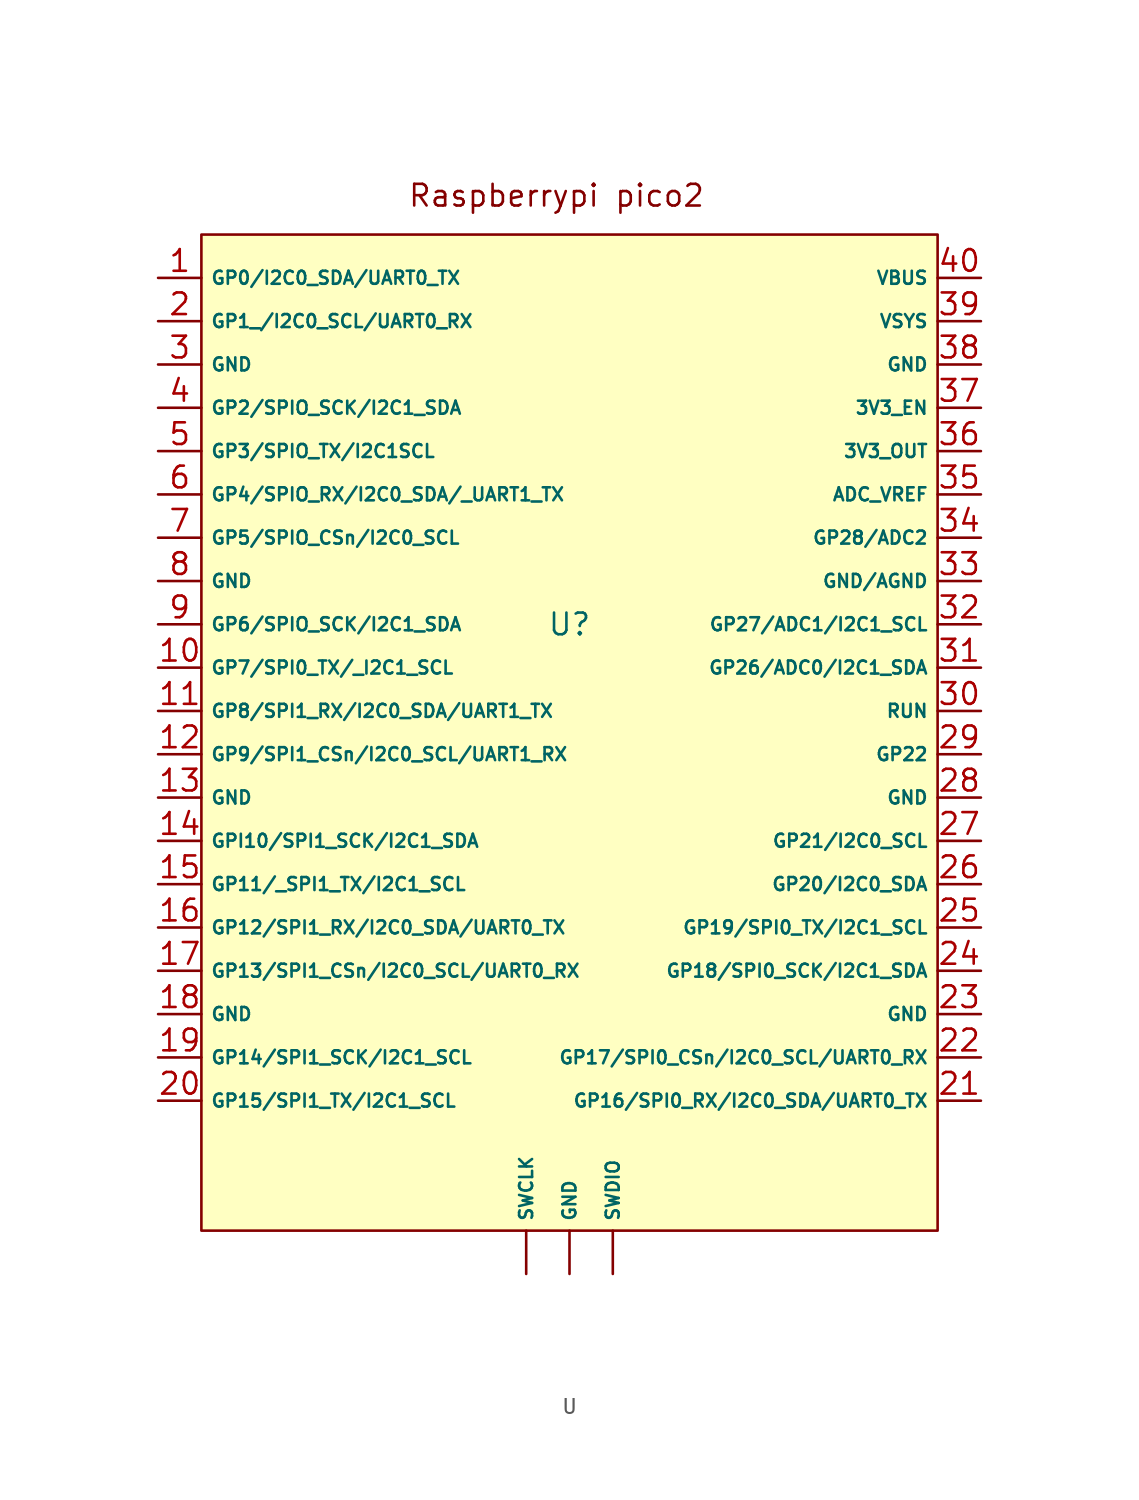
<source format=kicad_sym>
(kicad_symbol_lib
  (version 20231120)
  (generator "kicad_symbol_editor")
  (generator_version "8.0")
  (symbol "U"
    (property "Reference" "U"
      (at 0 0 0)
      (effects (font (size 1.27 1.27))))
    (property "Value" ""
      (at 0 0 0)
      (effects (font (size 1.27 1.27))))
    (symbol "U_1_1"
      (rectangle (start -21.59 22.86) (end 21.59 -35.56) (stroke (width 0) (type default)) (fill (type background)))
      (text "Raspberrypi pico2\n" (at -0.762 25.146 0) (effects (font (size 1.27 1.27))))
      (pin bidirectional line (at 0 -38.1 90) (length 2.54) (name "GND" (effects (font (size 0.762 0.762)))) (number "" (effects (font (size 1.27 1.27)))))
      (pin bidirectional line (at -2.54 -38.1 90) (length 2.54) (name "SWCLK" (effects (font (size 0.762 0.762)))) (number "" (effects (font (size 1.27 1.27)))))
      (pin bidirectional line (at 2.54 -38.1 90) (length 2.54) (name "SWDIO" (effects (font (size 0.762 0.762)))) (number "" (effects (font (size 1.27 1.27)))))
      (pin bidirectional line (at -24.13 20.32 0) (length 2.54) (name "GP0/I2C0_SDA/UART0_TX" (effects (font (size 0.762 0.762)))) (number "1" (effects (font (size 1.27 1.27)))))
      (pin bidirectional line (at -24.13 -2.54 0) (length 2.54) (name "GP7/SPI0_TX/_I2C1_SCL" (effects (font (size 0.762 0.762)))) (number "10" (effects (font (size 1.27 1.27)))))
      (pin bidirectional line (at -24.13 -5.08 0) (length 2.54) (name "GP8/SPI1_RX/I2C0_SDA/UART1_TX" (effects (font (size 0.762 0.762)))) (number "11" (effects (font (size 1.27 1.27)))))
      (pin bidirectional line (at -24.13 -7.62 0) (length 2.54) (name "GP9/SPI1_CSn/I2C0_SCL/UART1_RX" (effects (font (size 0.762 0.762)))) (number "12" (effects (font (size 1.27 1.27)))))
      (pin bidirectional line (at -24.13 -10.16 0) (length 2.54) (name "GND" (effects (font (size 0.762 0.762)))) (number "13" (effects (font (size 1.27 1.27)))))
      (pin bidirectional line (at -24.13 -12.7 0) (length 2.54) (name "GPI10/SPI1_SCK/I2C1_SDA" (effects (font (size 0.762 0.762)))) (number "14" (effects (font (size 1.27 1.27)))))
      (pin bidirectional line (at -24.13 -15.24 0) (length 2.54) (name "GP11/_SPI1_TX/I2C1_SCL" (effects (font (size 0.762 0.762)))) (number "15" (effects (font (size 1.27 1.27)))))
      (pin bidirectional line (at -24.13 -17.78 0) (length 2.54) (name "GP12/SPI1_RX/I2C0_SDA/UART0_TX" (effects (font (size 0.762 0.762)))) (number "16" (effects (font (size 1.27 1.27)))))
      (pin bidirectional line (at -24.13 -20.32 0) (length 2.54) (name "GP13/SPI1_CSn/I2C0_SCL/UART0_RX" (effects (font (size 0.762 0.762)))) (number "17" (effects (font (size 1.27 1.27)))))
      (pin bidirectional line (at -24.13 -22.86 0) (length 2.54) (name "GND" (effects (font (size 0.762 0.762)))) (number "18" (effects (font (size 1.27 1.27)))))
      (pin bidirectional line (at -24.13 -25.4 0) (length 2.54) (name "GP14/SPI1_SCK/I2C1_SCL" (effects (font (size 0.762 0.762)))) (number "19" (effects (font (size 1.27 1.27)))))
      (pin bidirectional line (at -24.13 17.78 0) (length 2.54) (name "GP1_/I2C0_SCL/UART0_RX" (effects (font (size 0.762 0.762)))) (number "2" (effects (font (size 1.27 1.27)))))
      (pin bidirectional line (at -24.13 -27.94 0) (length 2.54) (name "GP15/SPI1_TX/I2C1_SCL" (effects (font (size 0.762 0.762)))) (number "20" (effects (font (size 1.27 1.27)))))
      (pin bidirectional line (at 24.13 -27.94 180) (length 2.54) (name "GP16/SPI0_RX/I2C0_SDA/UART0_TX" (effects (font (size 0.762 0.762)))) (number "21" (effects (font (size 1.27 1.27)))))
      (pin bidirectional line (at 24.13 -25.4 180) (length 2.54) (name "GP17/SPI0_CSn/I2C0_SCL/UART0_RX" (effects (font (size 0.762 0.762)))) (number "22" (effects (font (size 1.27 1.27)))))
      (pin bidirectional line (at 24.13 -22.86 180) (length 2.54) (name "GND" (effects (font (size 0.762 0.762)))) (number "23" (effects (font (size 1.27 1.27)))))
      (pin bidirectional line (at 24.13 -20.32 180) (length 2.54) (name "GP18/SPI0_SCK/I2C1_SDA" (effects (font (size 0.762 0.762)))) (number "24" (effects (font (size 1.27 1.27)))))
      (pin bidirectional line (at 24.13 -17.78 180) (length 2.54) (name "GP19/SPI0_TX/I2C1_SCL" (effects (font (size 0.762 0.762)))) (number "25" (effects (font (size 1.27 1.27)))))
      (pin bidirectional line (at 24.13 -15.24 180) (length 2.54) (name "GP20/I2C0_SDA" (effects (font (size 0.762 0.762)))) (number "26" (effects (font (size 1.27 1.27)))))
      (pin bidirectional line (at 24.13 -12.7 180) (length 2.54) (name "GP21/I2C0_SCL" (effects (font (size 0.762 0.762)))) (number "27" (effects (font (size 1.27 1.27)))))
      (pin bidirectional line (at 24.13 -10.16 180) (length 2.54) (name "GND" (effects (font (size 0.762 0.762)))) (number "28" (effects (font (size 1.27 1.27)))))
      (pin bidirectional line (at 24.13 -7.62 180) (length 2.54) (name "GP22" (effects (font (size 0.762 0.762)))) (number "29" (effects (font (size 1.27 1.27)))))
      (pin bidirectional line (at -24.13 15.24 0) (length 2.54) (name "GND" (effects (font (size 0.762 0.762)))) (number "3" (effects (font (size 1.27 1.27)))))
      (pin bidirectional line (at 24.13 -5.08 180) (length 2.54) (name "RUN" (effects (font (size 0.762 0.762)))) (number "30" (effects (font (size 1.27 1.27)))))
      (pin bidirectional line (at 24.13 -2.54 180) (length 2.54) (name "GP26/ADC0/I2C1_SDA" (effects (font (size 0.762 0.762)))) (number "31" (effects (font (size 1.27 1.27)))))
      (pin bidirectional line (at 24.13 0 180) (length 2.54) (name "GP27/ADC1/I2C1_SCL" (effects (font (size 0.762 0.762)))) (number "32" (effects (font (size 1.27 1.27)))))
      (pin bidirectional line (at 24.13 2.54 180) (length 2.54) (name "GND/AGND" (effects (font (size 0.762 0.762)))) (number "33" (effects (font (size 1.27 1.27)))))
      (pin bidirectional line (at 24.13 5.08 180) (length 2.54) (name "GP28/ADC2" (effects (font (size 0.762 0.762)))) (number "34" (effects (font (size 1.27 1.27)))))
      (pin bidirectional line (at 24.13 7.62 180) (length 2.54) (name "ADC_VREF" (effects (font (size 0.762 0.762)))) (number "35" (effects (font (size 1.27 1.27)))))
      (pin bidirectional line (at 24.13 10.16 180) (length 2.54) (name "3V3_OUT" (effects (font (size 0.762 0.762)))) (number "36" (effects (font (size 1.27 1.27)))))
      (pin bidirectional line (at 24.13 12.7 180) (length 2.54) (name "3V3_EN" (effects (font (size 0.762 0.762)))) (number "37" (effects (font (size 1.27 1.27)))))
      (pin bidirectional line (at 24.13 15.24 180) (length 2.54) (name "GND" (effects (font (size 0.762 0.762)))) (number "38" (effects (font (size 1.27 1.27)))))
      (pin bidirectional line (at 24.13 17.78 180) (length 2.54) (name "VSYS" (effects (font (size 0.762 0.762)))) (number "39" (effects (font (size 1.27 1.27)))))
      (pin bidirectional line (at -24.13 12.7 0) (length 2.54) (name "GP2/SPIO_SCK/I2C1_SDA" (effects (font (size 0.762 0.762)))) (number "4" (effects (font (size 1.27 1.27)))))
      (pin bidirectional line (at 24.13 20.32 180) (length 2.54) (name "VBUS" (effects (font (size 0.762 0.762)))) (number "40" (effects (font (size 1.27 1.27)))))
      (pin bidirectional line (at -24.13 10.16 0) (length 2.54) (name "GP3/SPIO_TX/I2C1SCL" (effects (font (size 0.762 0.762)))) (number "5" (effects (font (size 1.27 1.27)))))
      (pin bidirectional line (at -24.13 7.62 0) (length 2.54) (name "GP4/SPIO_RX/I2C0_SDA/_UART1_TX" (effects (font (size 0.762 0.762)))) (number "6" (effects (font (size 1.27 1.27)))))
      (pin bidirectional line (at -24.13 5.08 0) (length 2.54) (name "GP5/SPIO_CSn/I2C0_SCL" (effects (font (size 0.762 0.762)))) (number "7" (effects (font (size 1.27 1.27)))))
      (pin bidirectional line (at -24.13 2.54 0) (length 2.54) (name "GND" (effects (font (size 0.762 0.762)))) (number "8" (effects (font (size 1.27 1.27)))))
      (pin bidirectional line (at -24.13 0 0) (length 2.54) (name "GP6/SPIO_SCK/I2C1_SDA" (effects (font (size 0.762 0.762)))) (number "9" (effects (font (size 1.27 1.27))))))))
</source>
